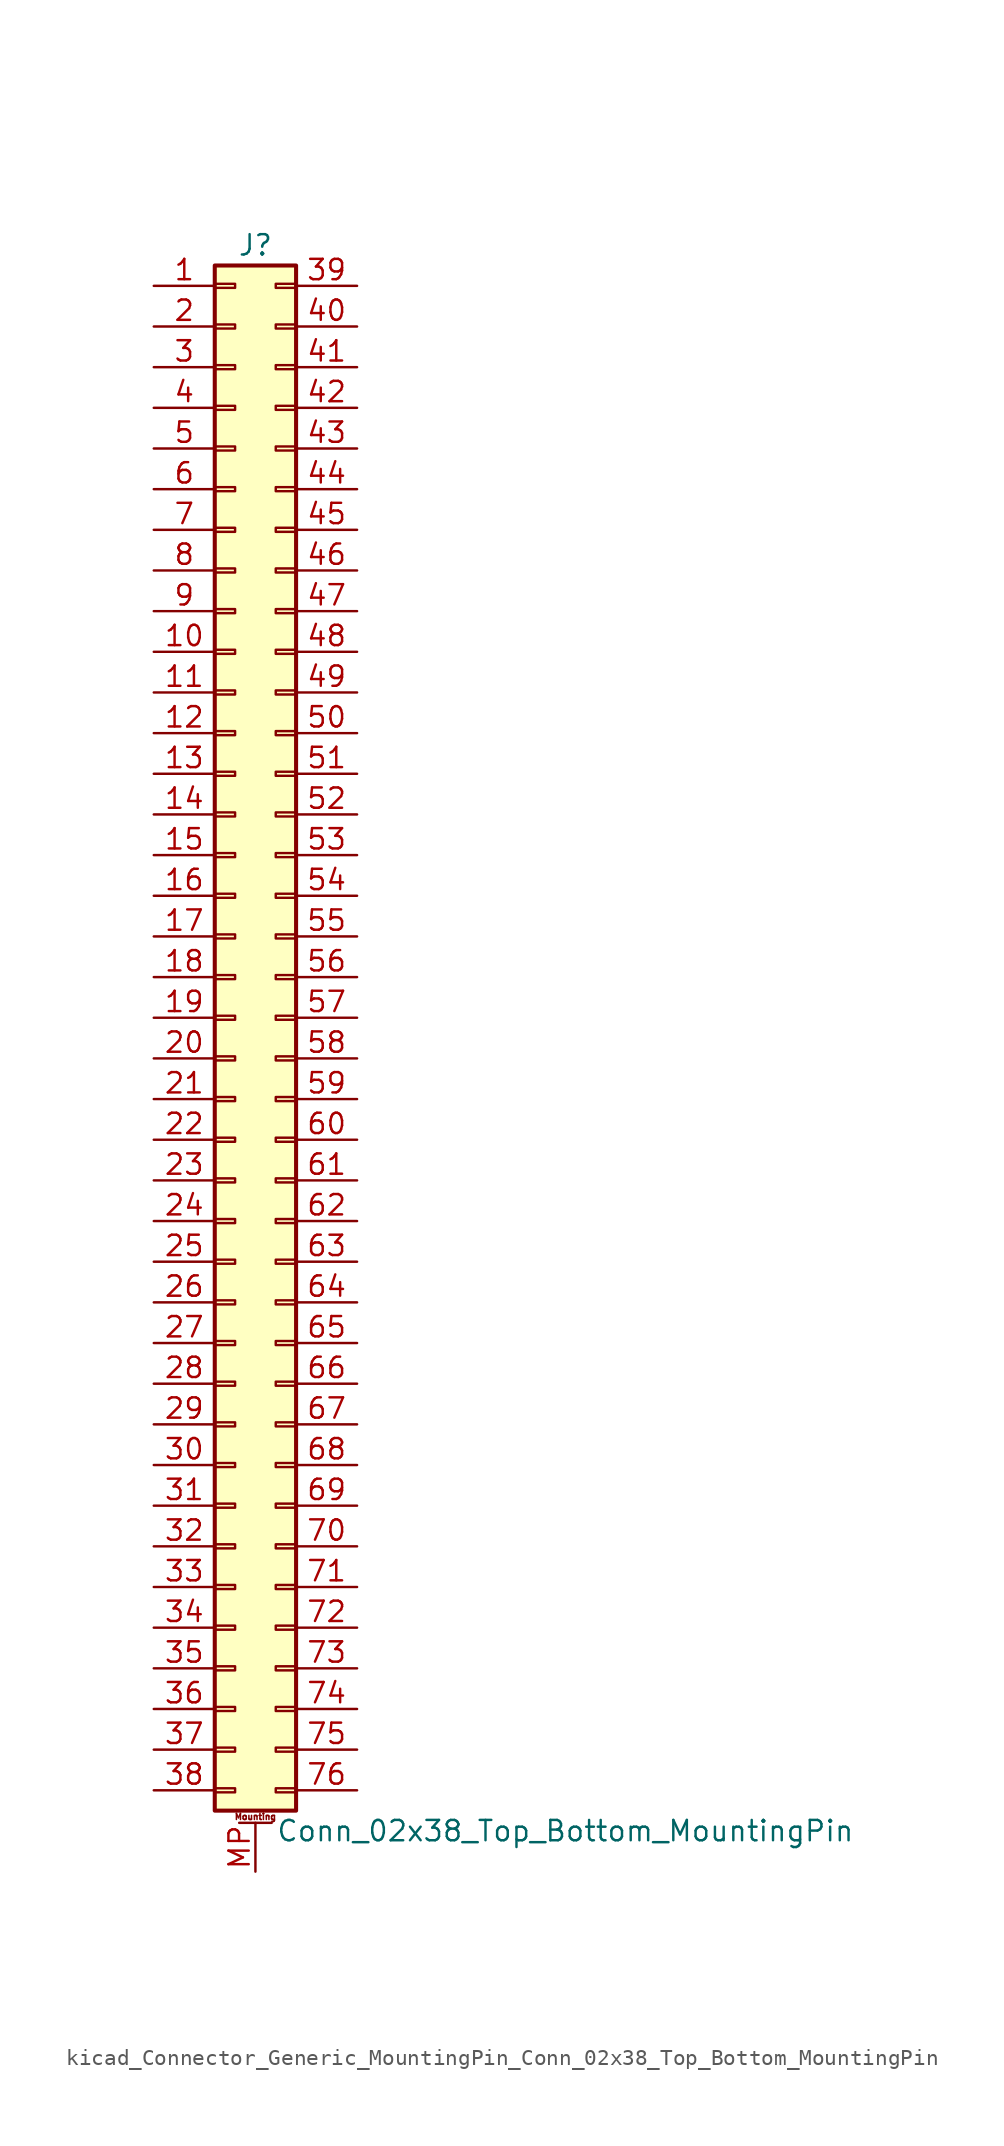
<source format=kicad_sym>
(kicad_symbol_lib
  (version 20220914)
  (generator kicad_symbol_editor)
  (symbol "kicad_Connector_Generic_MountingPin_Conn_02x38_Top_Bottom_MountingPin"
    (pin_names
      (offset 1.016) hide)
    (property "Reference" "J"
      (at 1.27 48.26 0)
      (effects (font (size 1.27 1.27))))
    (property "Value" "Conn_02x38_Top_Bottom_MountingPin"
      (at 2.54 -50.8 0)
      (effects (font (size 1.27 1.27)) (justify left)))
    (symbol "kicad_Connector_Generic_MountingPin_Conn_02x38_Top_Bottom_MountingPin_1_1"
      (rectangle (start -1.27 -48.133) (end 0 -48.387) (stroke (width 0.152) (type default)) (fill (type none)))
      (rectangle (start -1.27 -45.593) (end 0 -45.847) (stroke (width 0.152) (type default)) (fill (type none)))
      (rectangle (start -1.27 -43.053) (end 0 -43.307) (stroke (width 0.152) (type default)) (fill (type none)))
      (rectangle (start -1.27 -40.513) (end 0 -40.767) (stroke (width 0.152) (type default)) (fill (type none)))
      (rectangle (start -1.27 -37.973) (end 0 -38.227) (stroke (width 0.152) (type default)) (fill (type none)))
      (rectangle (start -1.27 -35.433) (end 0 -35.687) (stroke (width 0.152) (type default)) (fill (type none)))
      (rectangle (start -1.27 -32.893) (end 0 -33.147) (stroke (width 0.152) (type default)) (fill (type none)))
      (rectangle (start -1.27 -30.353) (end 0 -30.607) (stroke (width 0.152) (type default)) (fill (type none)))
      (rectangle (start -1.27 -27.813) (end 0 -28.067) (stroke (width 0.152) (type default)) (fill (type none)))
      (rectangle (start -1.27 -25.273) (end 0 -25.527) (stroke (width 0.152) (type default)) (fill (type none)))
      (rectangle (start -1.27 -22.733) (end 0 -22.987) (stroke (width 0.152) (type default)) (fill (type none)))
      (rectangle (start -1.27 -20.193) (end 0 -20.447) (stroke (width 0.152) (type default)) (fill (type none)))
      (rectangle (start -1.27 -17.653) (end 0 -17.907) (stroke (width 0.152) (type default)) (fill (type none)))
      (rectangle (start -1.27 -15.113) (end 0 -15.367) (stroke (width 0.152) (type default)) (fill (type none)))
      (rectangle (start -1.27 -12.573) (end 0 -12.827) (stroke (width 0.152) (type default)) (fill (type none)))
      (rectangle (start -1.27 -10.033) (end 0 -10.287) (stroke (width 0.152) (type default)) (fill (type none)))
      (rectangle (start -1.27 -7.493) (end 0 -7.747) (stroke (width 0.152) (type default)) (fill (type none)))
      (rectangle (start -1.27 -4.953) (end 0 -5.207) (stroke (width 0.152) (type default)) (fill (type none)))
      (rectangle (start -1.27 -2.413) (end 0 -2.667) (stroke (width 0.152) (type default)) (fill (type none)))
      (rectangle (start -1.27 0.127) (end 0 -0.127) (stroke (width 0.152) (type default)) (fill (type none)))
      (rectangle (start -1.27 2.667) (end 0 2.413) (stroke (width 0.152) (type default)) (fill (type none)))
      (rectangle (start -1.27 5.207) (end 0 4.953) (stroke (width 0.152) (type default)) (fill (type none)))
      (rectangle (start -1.27 7.747) (end 0 7.493) (stroke (width 0.152) (type default)) (fill (type none)))
      (rectangle (start -1.27 10.287) (end 0 10.033) (stroke (width 0.152) (type default)) (fill (type none)))
      (rectangle (start -1.27 12.827) (end 0 12.573) (stroke (width 0.152) (type default)) (fill (type none)))
      (rectangle (start -1.27 15.367) (end 0 15.113) (stroke (width 0.152) (type default)) (fill (type none)))
      (rectangle (start -1.27 17.907) (end 0 17.653) (stroke (width 0.152) (type default)) (fill (type none)))
      (rectangle (start -1.27 20.447) (end 0 20.193) (stroke (width 0.152) (type default)) (fill (type none)))
      (rectangle (start -1.27 22.987) (end 0 22.733) (stroke (width 0.152) (type default)) (fill (type none)))
      (rectangle (start -1.27 25.527) (end 0 25.273) (stroke (width 0.152) (type default)) (fill (type none)))
      (rectangle (start -1.27 28.067) (end 0 27.813) (stroke (width 0.152) (type default)) (fill (type none)))
      (rectangle (start -1.27 30.607) (end 0 30.353) (stroke (width 0.152) (type default)) (fill (type none)))
      (rectangle (start -1.27 33.147) (end 0 32.893) (stroke (width 0.152) (type default)) (fill (type none)))
      (rectangle (start -1.27 35.687) (end 0 35.433) (stroke (width 0.152) (type default)) (fill (type none)))
      (rectangle (start -1.27 38.227) (end 0 37.973) (stroke (width 0.152) (type default)) (fill (type none)))
      (rectangle (start -1.27 40.767) (end 0 40.513) (stroke (width 0.152) (type default)) (fill (type none)))
      (rectangle (start -1.27 43.307) (end 0 43.053) (stroke (width 0.152) (type default)) (fill (type none)))
      (rectangle (start -1.27 45.847) (end 0 45.593) (stroke (width 0.152) (type default)) (fill (type none)))
      (rectangle (start -1.27 46.99) (end 3.81 -49.53) (stroke (width 0.254) (type default)) (fill (type background)))
      (polyline (pts (xy 0.254 -50.292) (xy 2.286 -50.292)) (stroke (width 0.152) (type default)) (fill (type none)))
      (rectangle (start 3.81 -48.133) (end 2.54 -48.387) (stroke (width 0.152) (type default)) (fill (type none)))
      (rectangle (start 3.81 -45.593) (end 2.54 -45.847) (stroke (width 0.152) (type default)) (fill (type none)))
      (rectangle (start 3.81 -43.053) (end 2.54 -43.307) (stroke (width 0.152) (type default)) (fill (type none)))
      (rectangle (start 3.81 -40.513) (end 2.54 -40.767) (stroke (width 0.152) (type default)) (fill (type none)))
      (rectangle (start 3.81 -37.973) (end 2.54 -38.227) (stroke (width 0.152) (type default)) (fill (type none)))
      (rectangle (start 3.81 -35.433) (end 2.54 -35.687) (stroke (width 0.152) (type default)) (fill (type none)))
      (rectangle (start 3.81 -32.893) (end 2.54 -33.147) (stroke (width 0.152) (type default)) (fill (type none)))
      (rectangle (start 3.81 -30.353) (end 2.54 -30.607) (stroke (width 0.152) (type default)) (fill (type none)))
      (rectangle (start 3.81 -27.813) (end 2.54 -28.067) (stroke (width 0.152) (type default)) (fill (type none)))
      (rectangle (start 3.81 -25.273) (end 2.54 -25.527) (stroke (width 0.152) (type default)) (fill (type none)))
      (rectangle (start 3.81 -22.733) (end 2.54 -22.987) (stroke (width 0.152) (type default)) (fill (type none)))
      (rectangle (start 3.81 -20.193) (end 2.54 -20.447) (stroke (width 0.152) (type default)) (fill (type none)))
      (rectangle (start 3.81 -17.653) (end 2.54 -17.907) (stroke (width 0.152) (type default)) (fill (type none)))
      (rectangle (start 3.81 -15.113) (end 2.54 -15.367) (stroke (width 0.152) (type default)) (fill (type none)))
      (rectangle (start 3.81 -12.573) (end 2.54 -12.827) (stroke (width 0.152) (type default)) (fill (type none)))
      (rectangle (start 3.81 -10.033) (end 2.54 -10.287) (stroke (width 0.152) (type default)) (fill (type none)))
      (rectangle (start 3.81 -7.493) (end 2.54 -7.747) (stroke (width 0.152) (type default)) (fill (type none)))
      (rectangle (start 3.81 -4.953) (end 2.54 -5.207) (stroke (width 0.152) (type default)) (fill (type none)))
      (rectangle (start 3.81 -2.413) (end 2.54 -2.667) (stroke (width 0.152) (type default)) (fill (type none)))
      (rectangle (start 3.81 0.127) (end 2.54 -0.127) (stroke (width 0.152) (type default)) (fill (type none)))
      (rectangle (start 3.81 2.667) (end 2.54 2.413) (stroke (width 0.152) (type default)) (fill (type none)))
      (rectangle (start 3.81 5.207) (end 2.54 4.953) (stroke (width 0.152) (type default)) (fill (type none)))
      (rectangle (start 3.81 7.747) (end 2.54 7.493) (stroke (width 0.152) (type default)) (fill (type none)))
      (rectangle (start 3.81 10.287) (end 2.54 10.033) (stroke (width 0.152) (type default)) (fill (type none)))
      (rectangle (start 3.81 12.827) (end 2.54 12.573) (stroke (width 0.152) (type default)) (fill (type none)))
      (rectangle (start 3.81 15.367) (end 2.54 15.113) (stroke (width 0.152) (type default)) (fill (type none)))
      (rectangle (start 3.81 17.907) (end 2.54 17.653) (stroke (width 0.152) (type default)) (fill (type none)))
      (rectangle (start 3.81 20.447) (end 2.54 20.193) (stroke (width 0.152) (type default)) (fill (type none)))
      (rectangle (start 3.81 22.987) (end 2.54 22.733) (stroke (width 0.152) (type default)) (fill (type none)))
      (rectangle (start 3.81 25.527) (end 2.54 25.273) (stroke (width 0.152) (type default)) (fill (type none)))
      (rectangle (start 3.81 28.067) (end 2.54 27.813) (stroke (width 0.152) (type default)) (fill (type none)))
      (rectangle (start 3.81 30.607) (end 2.54 30.353) (stroke (width 0.152) (type default)) (fill (type none)))
      (rectangle (start 3.81 33.147) (end 2.54 32.893) (stroke (width 0.152) (type default)) (fill (type none)))
      (rectangle (start 3.81 35.687) (end 2.54 35.433) (stroke (width 0.152) (type default)) (fill (type none)))
      (rectangle (start 3.81 38.227) (end 2.54 37.973) (stroke (width 0.152) (type default)) (fill (type none)))
      (rectangle (start 3.81 40.767) (end 2.54 40.513) (stroke (width 0.152) (type default)) (fill (type none)))
      (rectangle (start 3.81 43.307) (end 2.54 43.053) (stroke (width 0.152) (type default)) (fill (type none)))
      (rectangle (start 3.81 45.847) (end 2.54 45.593) (stroke (width 0.152) (type default)) (fill (type none)))
      (text "Mounting" (at 1.27 -49.911 0) (effects (font (size 0.381 0.381))))
      (pin passive line (at -5.08 45.72 0) (length 3.81) (name "Pin_1" (effects (font (size 1.27 1.27)))) (number "1" (effects (font (size 1.27 1.27)))))
      (pin passive line (at -5.08 22.86 0) (length 3.81) (name "Pin_10" (effects (font (size 1.27 1.27)))) (number "10" (effects (font (size 1.27 1.27)))))
      (pin passive line (at -5.08 20.32 0) (length 3.81) (name "Pin_11" (effects (font (size 1.27 1.27)))) (number "11" (effects (font (size 1.27 1.27)))))
      (pin passive line (at -5.08 17.78 0) (length 3.81) (name "Pin_12" (effects (font (size 1.27 1.27)))) (number "12" (effects (font (size 1.27 1.27)))))
      (pin passive line (at -5.08 15.24 0) (length 3.81) (name "Pin_13" (effects (font (size 1.27 1.27)))) (number "13" (effects (font (size 1.27 1.27)))))
      (pin passive line (at -5.08 12.7 0) (length 3.81) (name "Pin_14" (effects (font (size 1.27 1.27)))) (number "14" (effects (font (size 1.27 1.27)))))
      (pin passive line (at -5.08 10.16 0) (length 3.81) (name "Pin_15" (effects (font (size 1.27 1.27)))) (number "15" (effects (font (size 1.27 1.27)))))
      (pin passive line (at -5.08 7.62 0) (length 3.81) (name "Pin_16" (effects (font (size 1.27 1.27)))) (number "16" (effects (font (size 1.27 1.27)))))
      (pin passive line (at -5.08 5.08 0) (length 3.81) (name "Pin_17" (effects (font (size 1.27 1.27)))) (number "17" (effects (font (size 1.27 1.27)))))
      (pin passive line (at -5.08 2.54 0) (length 3.81) (name "Pin_18" (effects (font (size 1.27 1.27)))) (number "18" (effects (font (size 1.27 1.27)))))
      (pin passive line (at -5.08 0 0) (length 3.81) (name "Pin_19" (effects (font (size 1.27 1.27)))) (number "19" (effects (font (size 1.27 1.27)))))
      (pin passive line (at -5.08 43.18 0) (length 3.81) (name "Pin_2" (effects (font (size 1.27 1.27)))) (number "2" (effects (font (size 1.27 1.27)))))
      (pin passive line (at -5.08 -2.54 0) (length 3.81) (name "Pin_20" (effects (font (size 1.27 1.27)))) (number "20" (effects (font (size 1.27 1.27)))))
      (pin passive line (at -5.08 -5.08 0) (length 3.81) (name "Pin_21" (effects (font (size 1.27 1.27)))) (number "21" (effects (font (size 1.27 1.27)))))
      (pin passive line (at -5.08 -7.62 0) (length 3.81) (name "Pin_22" (effects (font (size 1.27 1.27)))) (number "22" (effects (font (size 1.27 1.27)))))
      (pin passive line (at -5.08 -10.16 0) (length 3.81) (name "Pin_23" (effects (font (size 1.27 1.27)))) (number "23" (effects (font (size 1.27 1.27)))))
      (pin passive line (at -5.08 -12.7 0) (length 3.81) (name "Pin_24" (effects (font (size 1.27 1.27)))) (number "24" (effects (font (size 1.27 1.27)))))
      (pin passive line (at -5.08 -15.24 0) (length 3.81) (name "Pin_25" (effects (font (size 1.27 1.27)))) (number "25" (effects (font (size 1.27 1.27)))))
      (pin passive line (at -5.08 -17.78 0) (length 3.81) (name "Pin_26" (effects (font (size 1.27 1.27)))) (number "26" (effects (font (size 1.27 1.27)))))
      (pin passive line (at -5.08 -20.32 0) (length 3.81) (name "Pin_27" (effects (font (size 1.27 1.27)))) (number "27" (effects (font (size 1.27 1.27)))))
      (pin passive line (at -5.08 -22.86 0) (length 3.81) (name "Pin_28" (effects (font (size 1.27 1.27)))) (number "28" (effects (font (size 1.27 1.27)))))
      (pin passive line (at -5.08 -25.4 0) (length 3.81) (name "Pin_29" (effects (font (size 1.27 1.27)))) (number "29" (effects (font (size 1.27 1.27)))))
      (pin passive line (at -5.08 40.64 0) (length 3.81) (name "Pin_3" (effects (font (size 1.27 1.27)))) (number "3" (effects (font (size 1.27 1.27)))))
      (pin passive line (at -5.08 -27.94 0) (length 3.81) (name "Pin_30" (effects (font (size 1.27 1.27)))) (number "30" (effects (font (size 1.27 1.27)))))
      (pin passive line (at -5.08 -30.48 0) (length 3.81) (name "Pin_31" (effects (font (size 1.27 1.27)))) (number "31" (effects (font (size 1.27 1.27)))))
      (pin passive line (at -5.08 -33.02 0) (length 3.81) (name "Pin_32" (effects (font (size 1.27 1.27)))) (number "32" (effects (font (size 1.27 1.27)))))
      (pin passive line (at -5.08 -35.56 0) (length 3.81) (name "Pin_33" (effects (font (size 1.27 1.27)))) (number "33" (effects (font (size 1.27 1.27)))))
      (pin passive line (at -5.08 -38.1 0) (length 3.81) (name "Pin_34" (effects (font (size 1.27 1.27)))) (number "34" (effects (font (size 1.27 1.27)))))
      (pin passive line (at -5.08 -40.64 0) (length 3.81) (name "Pin_35" (effects (font (size 1.27 1.27)))) (number "35" (effects (font (size 1.27 1.27)))))
      (pin passive line (at -5.08 -43.18 0) (length 3.81) (name "Pin_36" (effects (font (size 1.27 1.27)))) (number "36" (effects (font (size 1.27 1.27)))))
      (pin passive line (at -5.08 -45.72 0) (length 3.81) (name "Pin_37" (effects (font (size 1.27 1.27)))) (number "37" (effects (font (size 1.27 1.27)))))
      (pin passive line (at -5.08 -48.26 0) (length 3.81) (name "Pin_38" (effects (font (size 1.27 1.27)))) (number "38" (effects (font (size 1.27 1.27)))))
      (pin passive line (at 7.62 45.72 180) (length 3.81) (name "Pin_39" (effects (font (size 1.27 1.27)))) (number "39" (effects (font (size 1.27 1.27)))))
      (pin passive line (at -5.08 38.1 0) (length 3.81) (name "Pin_4" (effects (font (size 1.27 1.27)))) (number "4" (effects (font (size 1.27 1.27)))))
      (pin passive line (at 7.62 43.18 180) (length 3.81) (name "Pin_40" (effects (font (size 1.27 1.27)))) (number "40" (effects (font (size 1.27 1.27)))))
      (pin passive line (at 7.62 40.64 180) (length 3.81) (name "Pin_41" (effects (font (size 1.27 1.27)))) (number "41" (effects (font (size 1.27 1.27)))))
      (pin passive line (at 7.62 38.1 180) (length 3.81) (name "Pin_42" (effects (font (size 1.27 1.27)))) (number "42" (effects (font (size 1.27 1.27)))))
      (pin passive line (at 7.62 35.56 180) (length 3.81) (name "Pin_43" (effects (font (size 1.27 1.27)))) (number "43" (effects (font (size 1.27 1.27)))))
      (pin passive line (at 7.62 33.02 180) (length 3.81) (name "Pin_44" (effects (font (size 1.27 1.27)))) (number "44" (effects (font (size 1.27 1.27)))))
      (pin passive line (at 7.62 30.48 180) (length 3.81) (name "Pin_45" (effects (font (size 1.27 1.27)))) (number "45" (effects (font (size 1.27 1.27)))))
      (pin passive line (at 7.62 27.94 180) (length 3.81) (name "Pin_46" (effects (font (size 1.27 1.27)))) (number "46" (effects (font (size 1.27 1.27)))))
      (pin passive line (at 7.62 25.4 180) (length 3.81) (name "Pin_47" (effects (font (size 1.27 1.27)))) (number "47" (effects (font (size 1.27 1.27)))))
      (pin passive line (at 7.62 22.86 180) (length 3.81) (name "Pin_48" (effects (font (size 1.27 1.27)))) (number "48" (effects (font (size 1.27 1.27)))))
      (pin passive line (at 7.62 20.32 180) (length 3.81) (name "Pin_49" (effects (font (size 1.27 1.27)))) (number "49" (effects (font (size 1.27 1.27)))))
      (pin passive line (at -5.08 35.56 0) (length 3.81) (name "Pin_5" (effects (font (size 1.27 1.27)))) (number "5" (effects (font (size 1.27 1.27)))))
      (pin passive line (at 7.62 17.78 180) (length 3.81) (name "Pin_50" (effects (font (size 1.27 1.27)))) (number "50" (effects (font (size 1.27 1.27)))))
      (pin passive line (at 7.62 15.24 180) (length 3.81) (name "Pin_51" (effects (font (size 1.27 1.27)))) (number "51" (effects (font (size 1.27 1.27)))))
      (pin passive line (at 7.62 12.7 180) (length 3.81) (name "Pin_52" (effects (font (size 1.27 1.27)))) (number "52" (effects (font (size 1.27 1.27)))))
      (pin passive line (at 7.62 10.16 180) (length 3.81) (name "Pin_53" (effects (font (size 1.27 1.27)))) (number "53" (effects (font (size 1.27 1.27)))))
      (pin passive line (at 7.62 7.62 180) (length 3.81) (name "Pin_54" (effects (font (size 1.27 1.27)))) (number "54" (effects (font (size 1.27 1.27)))))
      (pin passive line (at 7.62 5.08 180) (length 3.81) (name "Pin_55" (effects (font (size 1.27 1.27)))) (number "55" (effects (font (size 1.27 1.27)))))
      (pin passive line (at 7.62 2.54 180) (length 3.81) (name "Pin_56" (effects (font (size 1.27 1.27)))) (number "56" (effects (font (size 1.27 1.27)))))
      (pin passive line (at 7.62 0 180) (length 3.81) (name "Pin_57" (effects (font (size 1.27 1.27)))) (number "57" (effects (font (size 1.27 1.27)))))
      (pin passive line (at 7.62 -2.54 180) (length 3.81) (name "Pin_58" (effects (font (size 1.27 1.27)))) (number "58" (effects (font (size 1.27 1.27)))))
      (pin passive line (at 7.62 -5.08 180) (length 3.81) (name "Pin_59" (effects (font (size 1.27 1.27)))) (number "59" (effects (font (size 1.27 1.27)))))
      (pin passive line (at -5.08 33.02 0) (length 3.81) (name "Pin_6" (effects (font (size 1.27 1.27)))) (number "6" (effects (font (size 1.27 1.27)))))
      (pin passive line (at 7.62 -7.62 180) (length 3.81) (name "Pin_60" (effects (font (size 1.27 1.27)))) (number "60" (effects (font (size 1.27 1.27)))))
      (pin passive line (at 7.62 -10.16 180) (length 3.81) (name "Pin_61" (effects (font (size 1.27 1.27)))) (number "61" (effects (font (size 1.27 1.27)))))
      (pin passive line (at 7.62 -12.7 180) (length 3.81) (name "Pin_62" (effects (font (size 1.27 1.27)))) (number "62" (effects (font (size 1.27 1.27)))))
      (pin passive line (at 7.62 -15.24 180) (length 3.81) (name "Pin_63" (effects (font (size 1.27 1.27)))) (number "63" (effects (font (size 1.27 1.27)))))
      (pin passive line (at 7.62 -17.78 180) (length 3.81) (name "Pin_64" (effects (font (size 1.27 1.27)))) (number "64" (effects (font (size 1.27 1.27)))))
      (pin passive line (at 7.62 -20.32 180) (length 3.81) (name "Pin_65" (effects (font (size 1.27 1.27)))) (number "65" (effects (font (size 1.27 1.27)))))
      (pin passive line (at 7.62 -22.86 180) (length 3.81) (name "Pin_66" (effects (font (size 1.27 1.27)))) (number "66" (effects (font (size 1.27 1.27)))))
      (pin passive line (at 7.62 -25.4 180) (length 3.81) (name "Pin_67" (effects (font (size 1.27 1.27)))) (number "67" (effects (font (size 1.27 1.27)))))
      (pin passive line (at 7.62 -27.94 180) (length 3.81) (name "Pin_68" (effects (font (size 1.27 1.27)))) (number "68" (effects (font (size 1.27 1.27)))))
      (pin passive line (at 7.62 -30.48 180) (length 3.81) (name "Pin_69" (effects (font (size 1.27 1.27)))) (number "69" (effects (font (size 1.27 1.27)))))
      (pin passive line (at -5.08 30.48 0) (length 3.81) (name "Pin_7" (effects (font (size 1.27 1.27)))) (number "7" (effects (font (size 1.27 1.27)))))
      (pin passive line (at 7.62 -33.02 180) (length 3.81) (name "Pin_70" (effects (font (size 1.27 1.27)))) (number "70" (effects (font (size 1.27 1.27)))))
      (pin passive line (at 7.62 -35.56 180) (length 3.81) (name "Pin_71" (effects (font (size 1.27 1.27)))) (number "71" (effects (font (size 1.27 1.27)))))
      (pin passive line (at 7.62 -38.1 180) (length 3.81) (name "Pin_72" (effects (font (size 1.27 1.27)))) (number "72" (effects (font (size 1.27 1.27)))))
      (pin passive line (at 7.62 -40.64 180) (length 3.81) (name "Pin_73" (effects (font (size 1.27 1.27)))) (number "73" (effects (font (size 1.27 1.27)))))
      (pin passive line (at 7.62 -43.18 180) (length 3.81) (name "Pin_74" (effects (font (size 1.27 1.27)))) (number "74" (effects (font (size 1.27 1.27)))))
      (pin passive line (at 7.62 -45.72 180) (length 3.81) (name "Pin_75" (effects (font (size 1.27 1.27)))) (number "75" (effects (font (size 1.27 1.27)))))
      (pin passive line (at 7.62 -48.26 180) (length 3.81) (name "Pin_76" (effects (font (size 1.27 1.27)))) (number "76" (effects (font (size 1.27 1.27)))))
      (pin passive line (at -5.08 27.94 0) (length 3.81) (name "Pin_8" (effects (font (size 1.27 1.27)))) (number "8" (effects (font (size 1.27 1.27)))))
      (pin passive line (at -5.08 25.4 0) (length 3.81) (name "Pin_9" (effects (font (size 1.27 1.27)))) (number "9" (effects (font (size 1.27 1.27)))))
      (pin passive line (at 1.27 -53.34 90) (length 3.048) (name "MountPin" (effects (font (size 1.27 1.27)))) (number "MP" (effects (font (size 1.27 1.27))))))))
</source>
